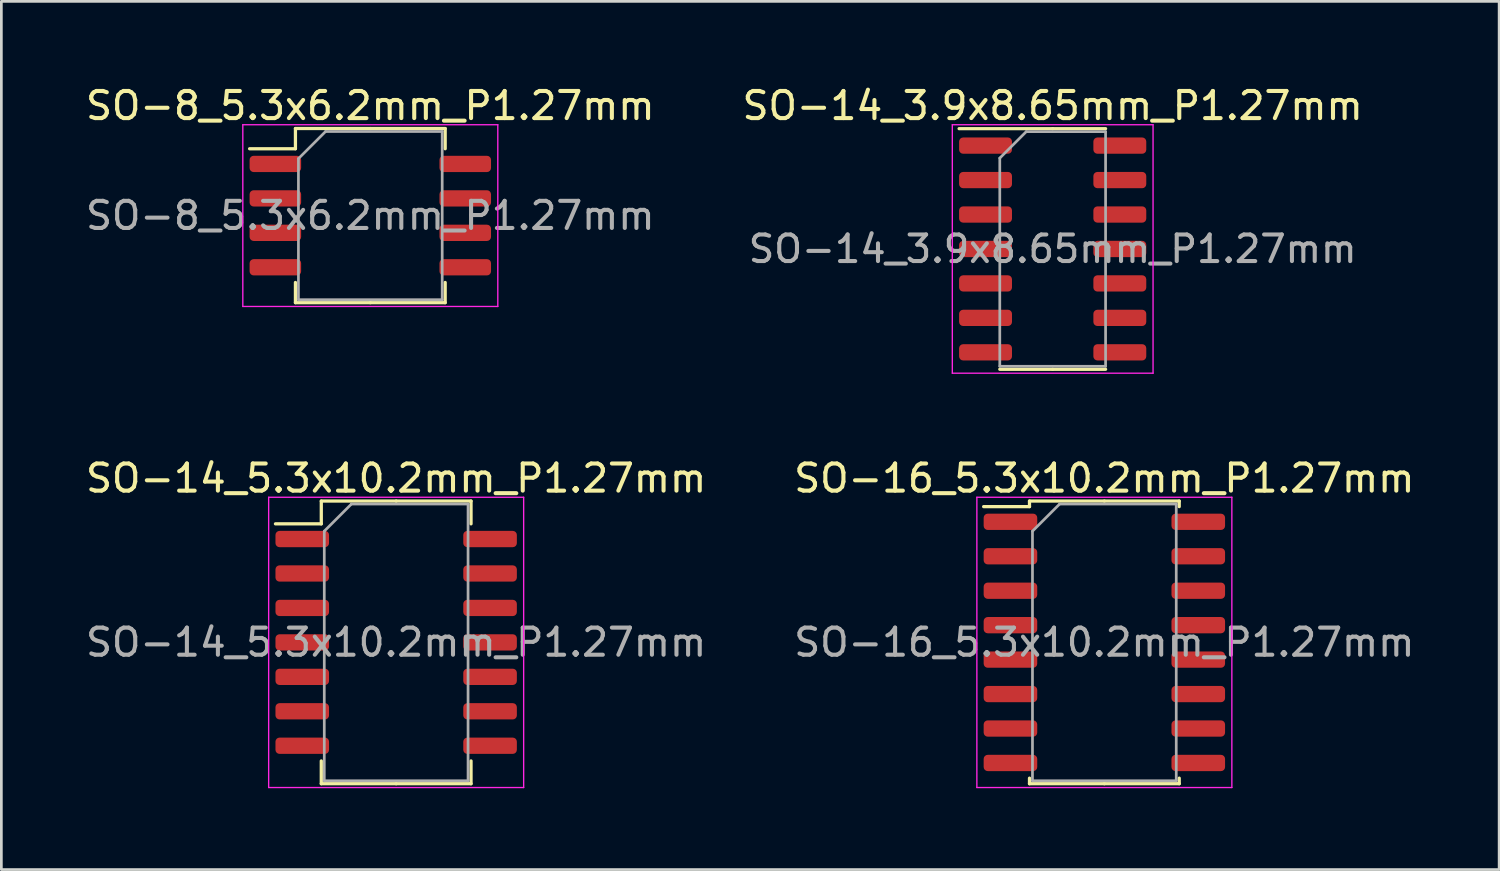
<source format=kicad_pcb>
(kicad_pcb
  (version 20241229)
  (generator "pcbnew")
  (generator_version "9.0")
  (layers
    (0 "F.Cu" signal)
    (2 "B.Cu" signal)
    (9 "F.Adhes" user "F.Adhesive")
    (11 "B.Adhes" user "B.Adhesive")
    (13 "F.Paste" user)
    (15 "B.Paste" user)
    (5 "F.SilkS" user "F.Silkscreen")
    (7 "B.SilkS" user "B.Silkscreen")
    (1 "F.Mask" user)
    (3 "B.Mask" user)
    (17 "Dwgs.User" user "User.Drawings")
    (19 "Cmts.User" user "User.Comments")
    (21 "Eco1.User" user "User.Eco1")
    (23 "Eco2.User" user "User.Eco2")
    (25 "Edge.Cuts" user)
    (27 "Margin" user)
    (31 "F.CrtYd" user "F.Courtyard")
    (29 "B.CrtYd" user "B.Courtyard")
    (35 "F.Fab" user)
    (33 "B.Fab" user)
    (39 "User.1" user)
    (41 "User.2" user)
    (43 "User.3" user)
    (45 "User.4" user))
  (footprint "SO-14_3.9x8.65mm_P1.27mm"
    (layer "F.Cu")
    (at 35.756 6.128)
    (property "Reference" "SO-14_3.9x8.65mm_P1.27mm" (at 0 -5.28 0) (layer "F.SilkS") (effects (font (size 1 1) (thickness 0.15))))
    (attr smd)
    (fp_line (start 0 -4.435) (end -3.45 -4.435) (stroke (width 0.12) (type solid)) (layer "F.SilkS"))
    (fp_line (start 0 -4.435) (end 1.95 -4.435) (stroke (width 0.12) (type solid)) (layer "F.SilkS"))
    (fp_line (start 0 4.435) (end -1.95 4.435) (stroke (width 0.12) (type solid)) (layer "F.SilkS"))
    (fp_line (start 0 4.435) (end 1.95 4.435) (stroke (width 0.12) (type solid)) (layer "F.SilkS"))
    (fp_line (start -3.7 -4.58) (end -3.7 4.58) (stroke (width 0.05) (type solid)) (layer "F.CrtYd"))
    (fp_line (start -3.7 4.58) (end 3.7 4.58) (stroke (width 0.05) (type solid)) (layer "F.CrtYd"))
    (fp_line (start 3.7 -4.58) (end -3.7 -4.58) (stroke (width 0.05) (type solid)) (layer "F.CrtYd"))
    (fp_line (start 3.7 4.58) (end 3.7 -4.58) (stroke (width 0.05) (type solid)) (layer "F.CrtYd"))
    (fp_line (start -1.95 -3.35) (end -0.975 -4.325) (stroke (width 0.1) (type solid)) (layer "F.Fab"))
    (fp_line (start -1.95 4.325) (end -1.95 -3.35) (stroke (width 0.1) (type solid)) (layer "F.Fab"))
    (fp_line (start -0.975 -4.325) (end 1.95 -4.325) (stroke (width 0.1) (type solid)) (layer "F.Fab"))
    (fp_line (start 1.95 -4.325) (end 1.95 4.325) (stroke (width 0.1) (type solid)) (layer "F.Fab"))
    (fp_line (start 1.95 4.325) (end -1.95 4.325) (stroke (width 0.1) (type solid)) (layer "F.Fab"))
    (fp_text user "${REFERENCE}" (at 0 0 0) (layer "F.Fab") (effects (font (size 0.98 0.98) (thickness 0.15))))
    (pad "1" smd roundrect (at -2.475 -3.81) (size 1.95 0.6) (layers "F.Cu" "F.Mask" "F.Paste") (roundrect_rratio 0.25))
    (pad "2" smd roundrect (at -2.475 -2.54) (size 1.95 0.6) (layers "F.Cu" "F.Mask" "F.Paste") (roundrect_rratio 0.25))
    (pad "3" smd roundrect (at -2.475 -1.27) (size 1.95 0.6) (layers "F.Cu" "F.Mask" "F.Paste") (roundrect_rratio 0.25))
    (pad "4" smd roundrect (at -2.475 0) (size 1.95 0.6) (layers "F.Cu" "F.Mask" "F.Paste") (roundrect_rratio 0.25))
    (pad "5" smd roundrect (at -2.475 1.27) (size 1.95 0.6) (layers "F.Cu" "F.Mask" "F.Paste") (roundrect_rratio 0.25))
    (pad "6" smd roundrect (at -2.475 2.54) (size 1.95 0.6) (layers "F.Cu" "F.Mask" "F.Paste") (roundrect_rratio 0.25))
    (pad "7" smd roundrect (at -2.475 3.81) (size 1.95 0.6) (layers "F.Cu" "F.Mask" "F.Paste") (roundrect_rratio 0.25))
    (pad "8" smd roundrect (at 2.475 3.81) (size 1.95 0.6) (layers "F.Cu" "F.Mask" "F.Paste") (roundrect_rratio 0.25))
    (pad "9" smd roundrect (at 2.475 2.54) (size 1.95 0.6) (layers "F.Cu" "F.Mask" "F.Paste") (roundrect_rratio 0.25))
    (pad "10" smd roundrect (at 2.475 1.27) (size 1.95 0.6) (layers "F.Cu" "F.Mask" "F.Paste") (roundrect_rratio 0.25))
    (pad "11" smd roundrect (at 2.475 0) (size 1.95 0.6) (layers "F.Cu" "F.Mask" "F.Paste") (roundrect_rratio 0.25))
    (pad "12" smd roundrect (at 2.475 -1.27) (size 1.95 0.6) (layers "F.Cu" "F.Mask" "F.Paste") (roundrect_rratio 0.25))
    (pad "13" smd roundrect (at 2.475 -2.54) (size 1.95 0.6) (layers "F.Cu" "F.Mask" "F.Paste") (roundrect_rratio 0.25))
    (pad "14" smd roundrect (at 2.475 -3.81) (size 1.95 0.6) (layers "F.Cu" "F.Mask" "F.Paste") (roundrect_rratio 0.25)))
  (footprint "SO-14_5.3x10.2mm_P1.27mm"
    (layer "F.Cu")
    (at 11.554 20.631)
    (property "Reference" "SO-14_5.3x10.2mm_P1.27mm" (at 0 -6.05 0) (layer "F.SilkS") (effects (font (size 1 1) (thickness 0.15))))
    (attr smd)
    (fp_line (start -2.76 -5.21) (end -2.76 -4.37) (stroke (width 0.12) (type solid)) (layer "F.SilkS"))
    (fp_line (start -2.76 -4.37) (end -4.45 -4.37) (stroke (width 0.12) (type solid)) (layer "F.SilkS"))
    (fp_line (start -2.76 5.21) (end -2.76 4.37) (stroke (width 0.12) (type solid)) (layer "F.SilkS"))
    (fp_line (start 0 -5.21) (end -2.76 -5.21) (stroke (width 0.12) (type solid)) (layer "F.SilkS"))
    (fp_line (start 0 -5.21) (end 2.76 -5.21) (stroke (width 0.12) (type solid)) (layer "F.SilkS"))
    (fp_line (start 0 5.21) (end -2.76 5.21) (stroke (width 0.12) (type solid)) (layer "F.SilkS"))
    (fp_line (start 0 5.21) (end 2.76 5.21) (stroke (width 0.12) (type solid)) (layer "F.SilkS"))
    (fp_line (start 2.76 -5.21) (end 2.76 -4.37) (stroke (width 0.12) (type solid)) (layer "F.SilkS"))
    (fp_line (start 2.76 5.21) (end 2.76 4.37) (stroke (width 0.12) (type solid)) (layer "F.SilkS"))
    (fp_line (start -4.7 -5.35) (end -4.7 5.35) (stroke (width 0.05) (type solid)) (layer "F.CrtYd"))
    (fp_line (start -4.7 5.35) (end 4.7 5.35) (stroke (width 0.05) (type solid)) (layer "F.CrtYd"))
    (fp_line (start 4.7 -5.35) (end -4.7 -5.35) (stroke (width 0.05) (type solid)) (layer "F.CrtYd"))
    (fp_line (start 4.7 5.35) (end 4.7 -5.35) (stroke (width 0.05) (type solid)) (layer "F.CrtYd"))
    (fp_line (start -2.65 -4.1) (end -1.65 -5.1) (stroke (width 0.1) (type solid)) (layer "F.Fab"))
    (fp_line (start -2.65 5.1) (end -2.65 -4.1) (stroke (width 0.1) (type solid)) (layer "F.Fab"))
    (fp_line (start -1.65 -5.1) (end 2.65 -5.1) (stroke (width 0.1) (type solid)) (layer "F.Fab"))
    (fp_line (start 2.65 -5.1) (end 2.65 5.1) (stroke (width 0.1) (type solid)) (layer "F.Fab"))
    (fp_line (start 2.65 5.1) (end -2.65 5.1) (stroke (width 0.1) (type solid)) (layer "F.Fab"))
    (fp_text user "${REFERENCE}" (at 0 0 0) (layer "F.Fab") (effects (font (size 1 1) (thickness 0.15))))
    (pad "1" smd roundrect (at -3.462 -3.81) (size 1.975 0.6) (layers "F.Cu" "F.Mask" "F.Paste") (roundrect_rratio 0.25))
    (pad "2" smd roundrect (at -3.462 -2.54) (size 1.975 0.6) (layers "F.Cu" "F.Mask" "F.Paste") (roundrect_rratio 0.25))
    (pad "3" smd roundrect (at -3.462 -1.27) (size 1.975 0.6) (layers "F.Cu" "F.Mask" "F.Paste") (roundrect_rratio 0.25))
    (pad "4" smd roundrect (at -3.462 0) (size 1.975 0.6) (layers "F.Cu" "F.Mask" "F.Paste") (roundrect_rratio 0.25))
    (pad "5" smd roundrect (at -3.462 1.27) (size 1.975 0.6) (layers "F.Cu" "F.Mask" "F.Paste") (roundrect_rratio 0.25))
    (pad "6" smd roundrect (at -3.462 2.54) (size 1.975 0.6) (layers "F.Cu" "F.Mask" "F.Paste") (roundrect_rratio 0.25))
    (pad "7" smd roundrect (at -3.462 3.81) (size 1.975 0.6) (layers "F.Cu" "F.Mask" "F.Paste") (roundrect_rratio 0.25))
    (pad "8" smd roundrect (at 3.462 3.81) (size 1.975 0.6) (layers "F.Cu" "F.Mask" "F.Paste") (roundrect_rratio 0.25))
    (pad "9" smd roundrect (at 3.462 2.54) (size 1.975 0.6) (layers "F.Cu" "F.Mask" "F.Paste") (roundrect_rratio 0.25))
    (pad "10" smd roundrect (at 3.462 1.27) (size 1.975 0.6) (layers "F.Cu" "F.Mask" "F.Paste") (roundrect_rratio 0.25))
    (pad "11" smd roundrect (at 3.462 0) (size 1.975 0.6) (layers "F.Cu" "F.Mask" "F.Paste") (roundrect_rratio 0.25))
    (pad "12" smd roundrect (at 3.462 -1.27) (size 1.975 0.6) (layers "F.Cu" "F.Mask" "F.Paste") (roundrect_rratio 0.25))
    (pad "13" smd roundrect (at 3.462 -2.54) (size 1.975 0.6) (layers "F.Cu" "F.Mask" "F.Paste") (roundrect_rratio 0.25))
    (pad "14" smd roundrect (at 3.462 -3.81) (size 1.975 0.6) (layers "F.Cu" "F.Mask" "F.Paste") (roundrect_rratio 0.25)))
  (footprint "SO-8_5.3x6.2mm_P1.27mm"
    (layer "F.Cu")
    (at 10.601 4.898)
    (property "Reference" "SO-8_5.3x6.2mm_P1.27mm" (at 0 -4.05 0) (layer "F.SilkS") (effects (font (size 1 1) (thickness 0.15))))
    (attr smd)
    (fp_line (start -2.76 -3.21) (end -2.76 -2.465) (stroke (width 0.12) (type solid)) (layer "F.SilkS"))
    (fp_line (start -2.76 -2.465) (end -4.45 -2.465) (stroke (width 0.12) (type solid)) (layer "F.SilkS"))
    (fp_line (start -2.76 3.21) (end -2.76 2.465) (stroke (width 0.12) (type solid)) (layer "F.SilkS"))
    (fp_line (start 0 -3.21) (end -2.76 -3.21) (stroke (width 0.12) (type solid)) (layer "F.SilkS"))
    (fp_line (start 0 -3.21) (end 2.76 -3.21) (stroke (width 0.12) (type solid)) (layer "F.SilkS"))
    (fp_line (start 0 3.21) (end -2.76 3.21) (stroke (width 0.12) (type solid)) (layer "F.SilkS"))
    (fp_line (start 0 3.21) (end 2.76 3.21) (stroke (width 0.12) (type solid)) (layer "F.SilkS"))
    (fp_line (start 2.76 -3.21) (end 2.76 -2.465) (stroke (width 0.12) (type solid)) (layer "F.SilkS"))
    (fp_line (start 2.76 3.21) (end 2.76 2.465) (stroke (width 0.12) (type solid)) (layer "F.SilkS"))
    (fp_line (start -4.7 -3.35) (end -4.7 3.35) (stroke (width 0.05) (type solid)) (layer "F.CrtYd"))
    (fp_line (start -4.7 3.35) (end 4.7 3.35) (stroke (width 0.05) (type solid)) (layer "F.CrtYd"))
    (fp_line (start 4.7 -3.35) (end -4.7 -3.35) (stroke (width 0.05) (type solid)) (layer "F.CrtYd"))
    (fp_line (start 4.7 3.35) (end 4.7 -3.35) (stroke (width 0.05) (type solid)) (layer "F.CrtYd"))
    (fp_line (start -2.65 -2.1) (end -1.65 -3.1) (stroke (width 0.1) (type solid)) (layer "F.Fab"))
    (fp_line (start -2.65 3.1) (end -2.65 -2.1) (stroke (width 0.1) (type solid)) (layer "F.Fab"))
    (fp_line (start -1.65 -3.1) (end 2.65 -3.1) (stroke (width 0.1) (type solid)) (layer "F.Fab"))
    (fp_line (start 2.65 -3.1) (end 2.65 3.1) (stroke (width 0.1) (type solid)) (layer "F.Fab"))
    (fp_line (start 2.65 3.1) (end -2.65 3.1) (stroke (width 0.1) (type solid)) (layer "F.Fab"))
    (fp_text user "${REFERENCE}" (at 0 0 0) (layer "F.Fab") (effects (font (size 1 1) (thickness 0.15))))
    (pad "1" smd roundrect (at -3.5 -1.905) (size 1.9 0.6) (layers "F.Cu" "F.Mask" "F.Paste") (roundrect_rratio 0.25))
    (pad "2" smd roundrect (at -3.5 -0.635) (size 1.9 0.6) (layers "F.Cu" "F.Mask" "F.Paste") (roundrect_rratio 0.25))
    (pad "3" smd roundrect (at -3.5 0.635) (size 1.9 0.6) (layers "F.Cu" "F.Mask" "F.Paste") (roundrect_rratio 0.25))
    (pad "4" smd roundrect (at -3.5 1.905) (size 1.9 0.6) (layers "F.Cu" "F.Mask" "F.Paste") (roundrect_rratio 0.25))
    (pad "5" smd roundrect (at 3.5 1.905) (size 1.9 0.6) (layers "F.Cu" "F.Mask" "F.Paste") (roundrect_rratio 0.25))
    (pad "6" smd roundrect (at 3.5 0.635) (size 1.9 0.6) (layers "F.Cu" "F.Mask" "F.Paste") (roundrect_rratio 0.25))
    (pad "7" smd roundrect (at 3.5 -0.635) (size 1.9 0.6) (layers "F.Cu" "F.Mask" "F.Paste") (roundrect_rratio 0.25))
    (pad "8" smd roundrect (at 3.5 -1.905) (size 1.9 0.6) (layers "F.Cu" "F.Mask" "F.Paste") (roundrect_rratio 0.25)))
  (footprint "SO-16_5.3x10.2mm_P1.27mm"
    (layer "F.Cu")
    (at 37.661 20.631)
    (property "Reference" "SO-16_5.3x10.2mm_P1.27mm" (at 0 -6.05 0) (layer "F.SilkS") (effects (font (size 1 1) (thickness 0.15))))
    (attr smd)
    (fp_line (start -2.76 -5.21) (end -2.76 -5.005) (stroke (width 0.12) (type solid)) (layer "F.SilkS"))
    (fp_line (start -2.76 -5.005) (end -4.45 -5.005) (stroke (width 0.12) (type solid)) (layer "F.SilkS"))
    (fp_line (start -2.76 5.21) (end -2.76 5.005) (stroke (width 0.12) (type solid)) (layer "F.SilkS"))
    (fp_line (start 0 -5.21) (end -2.76 -5.21) (stroke (width 0.12) (type solid)) (layer "F.SilkS"))
    (fp_line (start 0 -5.21) (end 2.76 -5.21) (stroke (width 0.12) (type solid)) (layer "F.SilkS"))
    (fp_line (start 0 5.21) (end -2.76 5.21) (stroke (width 0.12) (type solid)) (layer "F.SilkS"))
    (fp_line (start 0 5.21) (end 2.76 5.21) (stroke (width 0.12) (type solid)) (layer "F.SilkS"))
    (fp_line (start 2.76 -5.21) (end 2.76 -5.005) (stroke (width 0.12) (type solid)) (layer "F.SilkS"))
    (fp_line (start 2.76 5.21) (end 2.76 5.005) (stroke (width 0.12) (type solid)) (layer "F.SilkS"))
    (fp_line (start -4.7 -5.35) (end -4.7 5.35) (stroke (width 0.05) (type solid)) (layer "F.CrtYd"))
    (fp_line (start -4.7 5.35) (end 4.7 5.35) (stroke (width 0.05) (type solid)) (layer "F.CrtYd"))
    (fp_line (start 4.7 -5.35) (end -4.7 -5.35) (stroke (width 0.05) (type solid)) (layer "F.CrtYd"))
    (fp_line (start 4.7 5.35) (end 4.7 -5.35) (stroke (width 0.05) (type solid)) (layer "F.CrtYd"))
    (fp_line (start -2.65 -4.1) (end -1.65 -5.1) (stroke (width 0.1) (type solid)) (layer "F.Fab"))
    (fp_line (start -2.65 5.1) (end -2.65 -4.1) (stroke (width 0.1) (type solid)) (layer "F.Fab"))
    (fp_line (start -1.65 -5.1) (end 2.65 -5.1) (stroke (width 0.1) (type solid)) (layer "F.Fab"))
    (fp_line (start 2.65 -5.1) (end 2.65 5.1) (stroke (width 0.1) (type solid)) (layer "F.Fab"))
    (fp_line (start 2.65 5.1) (end -2.65 5.1) (stroke (width 0.1) (type solid)) (layer "F.Fab"))
    (fp_text user "${REFERENCE}" (at 0 0 0) (layer "F.Fab") (effects (font (size 1 1) (thickness 0.15))))
    (pad "1" smd roundrect (at -3.462 -4.445) (size 1.975 0.6) (layers "F.Cu" "F.Mask" "F.Paste") (roundrect_rratio 0.25))
    (pad "2" smd roundrect (at -3.462 -3.175) (size 1.975 0.6) (layers "F.Cu" "F.Mask" "F.Paste") (roundrect_rratio 0.25))
    (pad "3" smd roundrect (at -3.462 -1.905) (size 1.975 0.6) (layers "F.Cu" "F.Mask" "F.Paste") (roundrect_rratio 0.25))
    (pad "4" smd roundrect (at -3.462 -0.635) (size 1.975 0.6) (layers "F.Cu" "F.Mask" "F.Paste") (roundrect_rratio 0.25))
    (pad "5" smd roundrect (at -3.462 0.635) (size 1.975 0.6) (layers "F.Cu" "F.Mask" "F.Paste") (roundrect_rratio 0.25))
    (pad "6" smd roundrect (at -3.462 1.905) (size 1.975 0.6) (layers "F.Cu" "F.Mask" "F.Paste") (roundrect_rratio 0.25))
    (pad "7" smd roundrect (at -3.462 3.175) (size 1.975 0.6) (layers "F.Cu" "F.Mask" "F.Paste") (roundrect_rratio 0.25))
    (pad "8" smd roundrect (at -3.462 4.445) (size 1.975 0.6) (layers "F.Cu" "F.Mask" "F.Paste") (roundrect_rratio 0.25))
    (pad "9" smd roundrect (at 3.462 4.445) (size 1.975 0.6) (layers "F.Cu" "F.Mask" "F.Paste") (roundrect_rratio 0.25))
    (pad "10" smd roundrect (at 3.462 3.175) (size 1.975 0.6) (layers "F.Cu" "F.Mask" "F.Paste") (roundrect_rratio 0.25))
    (pad "11" smd roundrect (at 3.462 1.905) (size 1.975 0.6) (layers "F.Cu" "F.Mask" "F.Paste") (roundrect_rratio 0.25))
    (pad "12" smd roundrect (at 3.462 0.635) (size 1.975 0.6) (layers "F.Cu" "F.Mask" "F.Paste") (roundrect_rratio 0.25))
    (pad "13" smd roundrect (at 3.462 -0.635) (size 1.975 0.6) (layers "F.Cu" "F.Mask" "F.Paste") (roundrect_rratio 0.25))
    (pad "14" smd roundrect (at 3.462 -1.905) (size 1.975 0.6) (layers "F.Cu" "F.Mask" "F.Paste") (roundrect_rratio 0.25))
    (pad "15" smd roundrect (at 3.462 -3.175) (size 1.975 0.6) (layers "F.Cu" "F.Mask" "F.Paste") (roundrect_rratio 0.25))
    (pad "16" smd roundrect (at 3.462 -4.445) (size 1.975 0.6) (layers "F.Cu" "F.Mask" "F.Paste") (roundrect_rratio 0.25)))
  (gr_rect
    (start -3 -3)
    (end 52.214 29.006)
    (stroke (width 0.1) (type default))
    (fill no)
    (layer "Edge.Cuts")))
</source>
